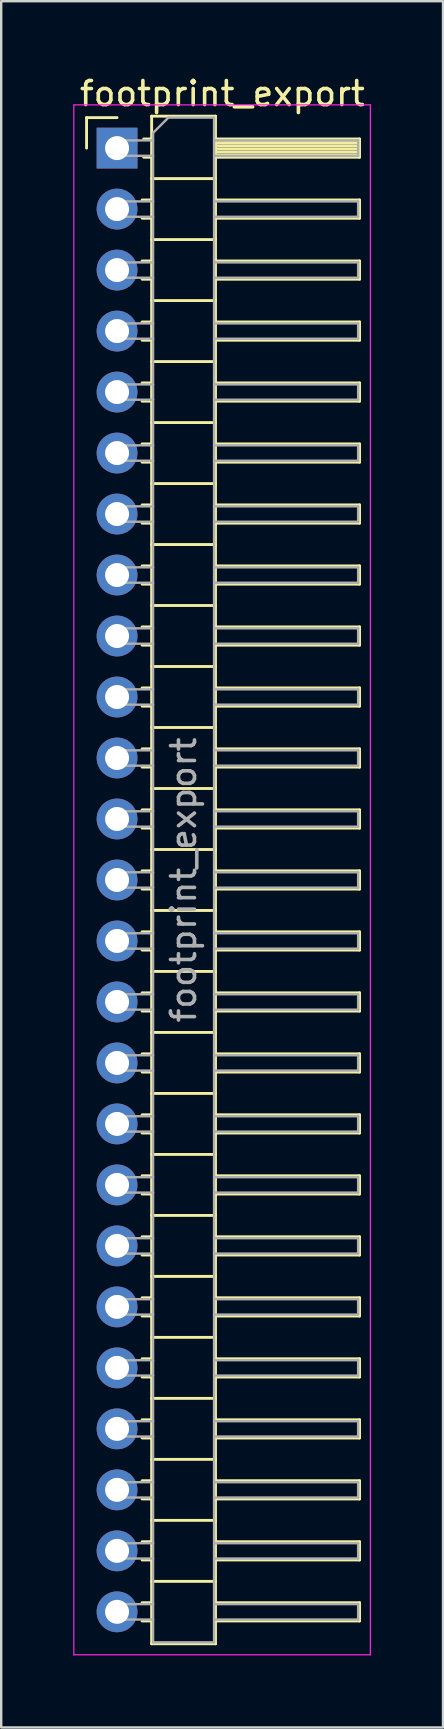
<source format=kicad_pcb>
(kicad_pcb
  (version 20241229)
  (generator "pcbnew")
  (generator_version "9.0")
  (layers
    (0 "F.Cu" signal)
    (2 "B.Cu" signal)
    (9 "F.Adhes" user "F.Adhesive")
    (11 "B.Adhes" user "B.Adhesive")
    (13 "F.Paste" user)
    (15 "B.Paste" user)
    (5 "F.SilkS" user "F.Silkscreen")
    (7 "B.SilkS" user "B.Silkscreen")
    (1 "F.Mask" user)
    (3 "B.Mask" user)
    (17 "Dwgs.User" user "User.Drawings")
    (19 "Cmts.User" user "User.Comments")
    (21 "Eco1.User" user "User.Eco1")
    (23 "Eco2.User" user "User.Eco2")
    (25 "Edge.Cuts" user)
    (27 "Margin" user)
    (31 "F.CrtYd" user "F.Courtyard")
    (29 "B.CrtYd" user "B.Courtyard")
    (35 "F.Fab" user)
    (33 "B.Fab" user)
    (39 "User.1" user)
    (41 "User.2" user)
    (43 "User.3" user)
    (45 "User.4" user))
  (footprint "footprint_export"
    (layer "F.Cu")
    (at 1.825 3.118)
    (property "Reference" "footprint_export" (at 4.385 -2.27 0) (layer "F.SilkS") (effects (font (size 1 1) (thickness 0.15))))
    (attr through_hole)
    (fp_line (start -1.27 -1.27) (end 0 -1.27) (stroke (width 0.12) (type solid)) (layer "F.SilkS"))
    (fp_line (start -1.27 0) (end -1.27 -1.27) (stroke (width 0.12) (type solid)) (layer "F.SilkS"))
    (fp_line (start 1.043 2.16) (end 1.44 2.16) (stroke (width 0.12) (type solid)) (layer "F.SilkS"))
    (fp_line (start 1.043 2.92) (end 1.44 2.92) (stroke (width 0.12) (type solid)) (layer "F.SilkS"))
    (fp_line (start 1.043 4.7) (end 1.44 4.7) (stroke (width 0.12) (type solid)) (layer "F.SilkS"))
    (fp_line (start 1.043 5.46) (end 1.44 5.46) (stroke (width 0.12) (type solid)) (layer "F.SilkS"))
    (fp_line (start 1.043 7.24) (end 1.44 7.24) (stroke (width 0.12) (type solid)) (layer "F.SilkS"))
    (fp_line (start 1.043 8) (end 1.44 8) (stroke (width 0.12) (type solid)) (layer "F.SilkS"))
    (fp_line (start 1.043 9.78) (end 1.44 9.78) (stroke (width 0.12) (type solid)) (layer "F.SilkS"))
    (fp_line (start 1.043 10.54) (end 1.44 10.54) (stroke (width 0.12) (type solid)) (layer "F.SilkS"))
    (fp_line (start 1.043 12.32) (end 1.44 12.32) (stroke (width 0.12) (type solid)) (layer "F.SilkS"))
    (fp_line (start 1.043 13.08) (end 1.44 13.08) (stroke (width 0.12) (type solid)) (layer "F.SilkS"))
    (fp_line (start 1.043 14.86) (end 1.44 14.86) (stroke (width 0.12) (type solid)) (layer "F.SilkS"))
    (fp_line (start 1.043 15.62) (end 1.44 15.62) (stroke (width 0.12) (type solid)) (layer "F.SilkS"))
    (fp_line (start 1.043 17.4) (end 1.44 17.4) (stroke (width 0.12) (type solid)) (layer "F.SilkS"))
    (fp_line (start 1.043 18.16) (end 1.44 18.16) (stroke (width 0.12) (type solid)) (layer "F.SilkS"))
    (fp_line (start 1.043 19.94) (end 1.44 19.94) (stroke (width 0.12) (type solid)) (layer "F.SilkS"))
    (fp_line (start 1.043 20.7) (end 1.44 20.7) (stroke (width 0.12) (type solid)) (layer "F.SilkS"))
    (fp_line (start 1.043 22.48) (end 1.44 22.48) (stroke (width 0.12) (type solid)) (layer "F.SilkS"))
    (fp_line (start 1.043 23.24) (end 1.44 23.24) (stroke (width 0.12) (type solid)) (layer "F.SilkS"))
    (fp_line (start 1.043 25.02) (end 1.44 25.02) (stroke (width 0.12) (type solid)) (layer "F.SilkS"))
    (fp_line (start 1.043 25.78) (end 1.44 25.78) (stroke (width 0.12) (type solid)) (layer "F.SilkS"))
    (fp_line (start 1.043 27.56) (end 1.44 27.56) (stroke (width 0.12) (type solid)) (layer "F.SilkS"))
    (fp_line (start 1.043 28.32) (end 1.44 28.32) (stroke (width 0.12) (type solid)) (layer "F.SilkS"))
    (fp_line (start 1.043 30.1) (end 1.44 30.1) (stroke (width 0.12) (type solid)) (layer "F.SilkS"))
    (fp_line (start 1.043 30.86) (end 1.44 30.86) (stroke (width 0.12) (type solid)) (layer "F.SilkS"))
    (fp_line (start 1.043 32.64) (end 1.44 32.64) (stroke (width 0.12) (type solid)) (layer "F.SilkS"))
    (fp_line (start 1.043 33.4) (end 1.44 33.4) (stroke (width 0.12) (type solid)) (layer "F.SilkS"))
    (fp_line (start 1.043 35.18) (end 1.44 35.18) (stroke (width 0.12) (type solid)) (layer "F.SilkS"))
    (fp_line (start 1.043 35.94) (end 1.44 35.94) (stroke (width 0.12) (type solid)) (layer "F.SilkS"))
    (fp_line (start 1.043 37.72) (end 1.44 37.72) (stroke (width 0.12) (type solid)) (layer "F.SilkS"))
    (fp_line (start 1.043 38.48) (end 1.44 38.48) (stroke (width 0.12) (type solid)) (layer "F.SilkS"))
    (fp_line (start 1.043 40.26) (end 1.44 40.26) (stroke (width 0.12) (type solid)) (layer "F.SilkS"))
    (fp_line (start 1.043 41.02) (end 1.44 41.02) (stroke (width 0.12) (type solid)) (layer "F.SilkS"))
    (fp_line (start 1.043 42.8) (end 1.44 42.8) (stroke (width 0.12) (type solid)) (layer "F.SilkS"))
    (fp_line (start 1.043 43.56) (end 1.44 43.56) (stroke (width 0.12) (type solid)) (layer "F.SilkS"))
    (fp_line (start 1.043 45.34) (end 1.44 45.34) (stroke (width 0.12) (type solid)) (layer "F.SilkS"))
    (fp_line (start 1.043 46.1) (end 1.44 46.1) (stroke (width 0.12) (type solid)) (layer "F.SilkS"))
    (fp_line (start 1.043 47.88) (end 1.44 47.88) (stroke (width 0.12) (type solid)) (layer "F.SilkS"))
    (fp_line (start 1.043 48.64) (end 1.44 48.64) (stroke (width 0.12) (type solid)) (layer "F.SilkS"))
    (fp_line (start 1.043 50.42) (end 1.44 50.42) (stroke (width 0.12) (type solid)) (layer "F.SilkS"))
    (fp_line (start 1.043 51.18) (end 1.44 51.18) (stroke (width 0.12) (type solid)) (layer "F.SilkS"))
    (fp_line (start 1.043 52.96) (end 1.44 52.96) (stroke (width 0.12) (type solid)) (layer "F.SilkS"))
    (fp_line (start 1.043 53.72) (end 1.44 53.72) (stroke (width 0.12) (type solid)) (layer "F.SilkS"))
    (fp_line (start 1.043 55.5) (end 1.44 55.5) (stroke (width 0.12) (type solid)) (layer "F.SilkS"))
    (fp_line (start 1.043 56.26) (end 1.44 56.26) (stroke (width 0.12) (type solid)) (layer "F.SilkS"))
    (fp_line (start 1.043 58.04) (end 1.44 58.04) (stroke (width 0.12) (type solid)) (layer "F.SilkS"))
    (fp_line (start 1.043 58.8) (end 1.44 58.8) (stroke (width 0.12) (type solid)) (layer "F.SilkS"))
    (fp_line (start 1.043 60.58) (end 1.44 60.58) (stroke (width 0.12) (type solid)) (layer "F.SilkS"))
    (fp_line (start 1.043 61.34) (end 1.44 61.34) (stroke (width 0.12) (type solid)) (layer "F.SilkS"))
    (fp_line (start 1.11 -0.38) (end 1.44 -0.38) (stroke (width 0.12) (type solid)) (layer "F.SilkS"))
    (fp_line (start 1.11 0.38) (end 1.44 0.38) (stroke (width 0.12) (type solid)) (layer "F.SilkS"))
    (fp_line (start 1.44 -1.33) (end 1.44 62.29) (stroke (width 0.12) (type solid)) (layer "F.SilkS"))
    (fp_line (start 1.44 1.27) (end 4.1 1.27) (stroke (width 0.12) (type solid)) (layer "F.SilkS"))
    (fp_line (start 1.44 3.81) (end 4.1 3.81) (stroke (width 0.12) (type solid)) (layer "F.SilkS"))
    (fp_line (start 1.44 6.35) (end 4.1 6.35) (stroke (width 0.12) (type solid)) (layer "F.SilkS"))
    (fp_line (start 1.44 8.89) (end 4.1 8.89) (stroke (width 0.12) (type solid)) (layer "F.SilkS"))
    (fp_line (start 1.44 11.43) (end 4.1 11.43) (stroke (width 0.12) (type solid)) (layer "F.SilkS"))
    (fp_line (start 1.44 13.97) (end 4.1 13.97) (stroke (width 0.12) (type solid)) (layer "F.SilkS"))
    (fp_line (start 1.44 16.51) (end 4.1 16.51) (stroke (width 0.12) (type solid)) (layer "F.SilkS"))
    (fp_line (start 1.44 19.05) (end 4.1 19.05) (stroke (width 0.12) (type solid)) (layer "F.SilkS"))
    (fp_line (start 1.44 21.59) (end 4.1 21.59) (stroke (width 0.12) (type solid)) (layer "F.SilkS"))
    (fp_line (start 1.44 24.13) (end 4.1 24.13) (stroke (width 0.12) (type solid)) (layer "F.SilkS"))
    (fp_line (start 1.44 26.67) (end 4.1 26.67) (stroke (width 0.12) (type solid)) (layer "F.SilkS"))
    (fp_line (start 1.44 29.21) (end 4.1 29.21) (stroke (width 0.12) (type solid)) (layer "F.SilkS"))
    (fp_line (start 1.44 31.75) (end 4.1 31.75) (stroke (width 0.12) (type solid)) (layer "F.SilkS"))
    (fp_line (start 1.44 34.29) (end 4.1 34.29) (stroke (width 0.12) (type solid)) (layer "F.SilkS"))
    (fp_line (start 1.44 36.83) (end 4.1 36.83) (stroke (width 0.12) (type solid)) (layer "F.SilkS"))
    (fp_line (start 1.44 39.37) (end 4.1 39.37) (stroke (width 0.12) (type solid)) (layer "F.SilkS"))
    (fp_line (start 1.44 41.91) (end 4.1 41.91) (stroke (width 0.12) (type solid)) (layer "F.SilkS"))
    (fp_line (start 1.44 44.45) (end 4.1 44.45) (stroke (width 0.12) (type solid)) (layer "F.SilkS"))
    (fp_line (start 1.44 46.99) (end 4.1 46.99) (stroke (width 0.12) (type solid)) (layer "F.SilkS"))
    (fp_line (start 1.44 49.53) (end 4.1 49.53) (stroke (width 0.12) (type solid)) (layer "F.SilkS"))
    (fp_line (start 1.44 52.07) (end 4.1 52.07) (stroke (width 0.12) (type solid)) (layer "F.SilkS"))
    (fp_line (start 1.44 54.61) (end 4.1 54.61) (stroke (width 0.12) (type solid)) (layer "F.SilkS"))
    (fp_line (start 1.44 57.15) (end 4.1 57.15) (stroke (width 0.12) (type solid)) (layer "F.SilkS"))
    (fp_line (start 1.44 59.69) (end 4.1 59.69) (stroke (width 0.12) (type solid)) (layer "F.SilkS"))
    (fp_line (start 1.44 62.29) (end 4.1 62.29) (stroke (width 0.12) (type solid)) (layer "F.SilkS"))
    (fp_line (start 4.1 -1.33) (end 1.44 -1.33) (stroke (width 0.12) (type solid)) (layer "F.SilkS"))
    (fp_line (start 4.1 -0.38) (end 10.1 -0.38) (stroke (width 0.12) (type solid)) (layer "F.SilkS"))
    (fp_line (start 4.1 -0.32) (end 10.1 -0.32) (stroke (width 0.12) (type solid)) (layer "F.SilkS"))
    (fp_line (start 4.1 -0.2) (end 10.1 -0.2) (stroke (width 0.12) (type solid)) (layer "F.SilkS"))
    (fp_line (start 4.1 -0.08) (end 10.1 -0.08) (stroke (width 0.12) (type solid)) (layer "F.SilkS"))
    (fp_line (start 4.1 0.04) (end 10.1 0.04) (stroke (width 0.12) (type solid)) (layer "F.SilkS"))
    (fp_line (start 4.1 0.16) (end 10.1 0.16) (stroke (width 0.12) (type solid)) (layer "F.SilkS"))
    (fp_line (start 4.1 0.28) (end 10.1 0.28) (stroke (width 0.12) (type solid)) (layer "F.SilkS"))
    (fp_line (start 4.1 2.16) (end 10.1 2.16) (stroke (width 0.12) (type solid)) (layer "F.SilkS"))
    (fp_line (start 4.1 4.7) (end 10.1 4.7) (stroke (width 0.12) (type solid)) (layer "F.SilkS"))
    (fp_line (start 4.1 7.24) (end 10.1 7.24) (stroke (width 0.12) (type solid)) (layer "F.SilkS"))
    (fp_line (start 4.1 9.78) (end 10.1 9.78) (stroke (width 0.12) (type solid)) (layer "F.SilkS"))
    (fp_line (start 4.1 12.32) (end 10.1 12.32) (stroke (width 0.12) (type solid)) (layer "F.SilkS"))
    (fp_line (start 4.1 14.86) (end 10.1 14.86) (stroke (width 0.12) (type solid)) (layer "F.SilkS"))
    (fp_line (start 4.1 17.4) (end 10.1 17.4) (stroke (width 0.12) (type solid)) (layer "F.SilkS"))
    (fp_line (start 4.1 19.94) (end 10.1 19.94) (stroke (width 0.12) (type solid)) (layer "F.SilkS"))
    (fp_line (start 4.1 22.48) (end 10.1 22.48) (stroke (width 0.12) (type solid)) (layer "F.SilkS"))
    (fp_line (start 4.1 25.02) (end 10.1 25.02) (stroke (width 0.12) (type solid)) (layer "F.SilkS"))
    (fp_line (start 4.1 27.56) (end 10.1 27.56) (stroke (width 0.12) (type solid)) (layer "F.SilkS"))
    (fp_line (start 4.1 30.1) (end 10.1 30.1) (stroke (width 0.12) (type solid)) (layer "F.SilkS"))
    (fp_line (start 4.1 32.64) (end 10.1 32.64) (stroke (width 0.12) (type solid)) (layer "F.SilkS"))
    (fp_line (start 4.1 35.18) (end 10.1 35.18) (stroke (width 0.12) (type solid)) (layer "F.SilkS"))
    (fp_line (start 4.1 37.72) (end 10.1 37.72) (stroke (width 0.12) (type solid)) (layer "F.SilkS"))
    (fp_line (start 4.1 40.26) (end 10.1 40.26) (stroke (width 0.12) (type solid)) (layer "F.SilkS"))
    (fp_line (start 4.1 42.8) (end 10.1 42.8) (stroke (width 0.12) (type solid)) (layer "F.SilkS"))
    (fp_line (start 4.1 45.34) (end 10.1 45.34) (stroke (width 0.12) (type solid)) (layer "F.SilkS"))
    (fp_line (start 4.1 47.88) (end 10.1 47.88) (stroke (width 0.12) (type solid)) (layer "F.SilkS"))
    (fp_line (start 4.1 50.42) (end 10.1 50.42) (stroke (width 0.12) (type solid)) (layer "F.SilkS"))
    (fp_line (start 4.1 52.96) (end 10.1 52.96) (stroke (width 0.12) (type solid)) (layer "F.SilkS"))
    (fp_line (start 4.1 55.5) (end 10.1 55.5) (stroke (width 0.12) (type solid)) (layer "F.SilkS"))
    (fp_line (start 4.1 58.04) (end 10.1 58.04) (stroke (width 0.12) (type solid)) (layer "F.SilkS"))
    (fp_line (start 4.1 60.58) (end 10.1 60.58) (stroke (width 0.12) (type solid)) (layer "F.SilkS"))
    (fp_line (start 4.1 62.29) (end 4.1 -1.33) (stroke (width 0.12) (type solid)) (layer "F.SilkS"))
    (fp_line (start 10.1 -0.38) (end 10.1 0.38) (stroke (width 0.12) (type solid)) (layer "F.SilkS"))
    (fp_line (start 10.1 0.38) (end 4.1 0.38) (stroke (width 0.12) (type solid)) (layer "F.SilkS"))
    (fp_line (start 10.1 2.16) (end 10.1 2.92) (stroke (width 0.12) (type solid)) (layer "F.SilkS"))
    (fp_line (start 10.1 2.92) (end 4.1 2.92) (stroke (width 0.12) (type solid)) (layer "F.SilkS"))
    (fp_line (start 10.1 4.7) (end 10.1 5.46) (stroke (width 0.12) (type solid)) (layer "F.SilkS"))
    (fp_line (start 10.1 5.46) (end 4.1 5.46) (stroke (width 0.12) (type solid)) (layer "F.SilkS"))
    (fp_line (start 10.1 7.24) (end 10.1 8) (stroke (width 0.12) (type solid)) (layer "F.SilkS"))
    (fp_line (start 10.1 8) (end 4.1 8) (stroke (width 0.12) (type solid)) (layer "F.SilkS"))
    (fp_line (start 10.1 9.78) (end 10.1 10.54) (stroke (width 0.12) (type solid)) (layer "F.SilkS"))
    (fp_line (start 10.1 10.54) (end 4.1 10.54) (stroke (width 0.12) (type solid)) (layer "F.SilkS"))
    (fp_line (start 10.1 12.32) (end 10.1 13.08) (stroke (width 0.12) (type solid)) (layer "F.SilkS"))
    (fp_line (start 10.1 13.08) (end 4.1 13.08) (stroke (width 0.12) (type solid)) (layer "F.SilkS"))
    (fp_line (start 10.1 14.86) (end 10.1 15.62) (stroke (width 0.12) (type solid)) (layer "F.SilkS"))
    (fp_line (start 10.1 15.62) (end 4.1 15.62) (stroke (width 0.12) (type solid)) (layer "F.SilkS"))
    (fp_line (start 10.1 17.4) (end 10.1 18.16) (stroke (width 0.12) (type solid)) (layer "F.SilkS"))
    (fp_line (start 10.1 18.16) (end 4.1 18.16) (stroke (width 0.12) (type solid)) (layer "F.SilkS"))
    (fp_line (start 10.1 19.94) (end 10.1 20.7) (stroke (width 0.12) (type solid)) (layer "F.SilkS"))
    (fp_line (start 10.1 20.7) (end 4.1 20.7) (stroke (width 0.12) (type solid)) (layer "F.SilkS"))
    (fp_line (start 10.1 22.48) (end 10.1 23.24) (stroke (width 0.12) (type solid)) (layer "F.SilkS"))
    (fp_line (start 10.1 23.24) (end 4.1 23.24) (stroke (width 0.12) (type solid)) (layer "F.SilkS"))
    (fp_line (start 10.1 25.02) (end 10.1 25.78) (stroke (width 0.12) (type solid)) (layer "F.SilkS"))
    (fp_line (start 10.1 25.78) (end 4.1 25.78) (stroke (width 0.12) (type solid)) (layer "F.SilkS"))
    (fp_line (start 10.1 27.56) (end 10.1 28.32) (stroke (width 0.12) (type solid)) (layer "F.SilkS"))
    (fp_line (start 10.1 28.32) (end 4.1 28.32) (stroke (width 0.12) (type solid)) (layer "F.SilkS"))
    (fp_line (start 10.1 30.1) (end 10.1 30.86) (stroke (width 0.12) (type solid)) (layer "F.SilkS"))
    (fp_line (start 10.1 30.86) (end 4.1 30.86) (stroke (width 0.12) (type solid)) (layer "F.SilkS"))
    (fp_line (start 10.1 32.64) (end 10.1 33.4) (stroke (width 0.12) (type solid)) (layer "F.SilkS"))
    (fp_line (start 10.1 33.4) (end 4.1 33.4) (stroke (width 0.12) (type solid)) (layer "F.SilkS"))
    (fp_line (start 10.1 35.18) (end 10.1 35.94) (stroke (width 0.12) (type solid)) (layer "F.SilkS"))
    (fp_line (start 10.1 35.94) (end 4.1 35.94) (stroke (width 0.12) (type solid)) (layer "F.SilkS"))
    (fp_line (start 10.1 37.72) (end 10.1 38.48) (stroke (width 0.12) (type solid)) (layer "F.SilkS"))
    (fp_line (start 10.1 38.48) (end 4.1 38.48) (stroke (width 0.12) (type solid)) (layer "F.SilkS"))
    (fp_line (start 10.1 40.26) (end 10.1 41.02) (stroke (width 0.12) (type solid)) (layer "F.SilkS"))
    (fp_line (start 10.1 41.02) (end 4.1 41.02) (stroke (width 0.12) (type solid)) (layer "F.SilkS"))
    (fp_line (start 10.1 42.8) (end 10.1 43.56) (stroke (width 0.12) (type solid)) (layer "F.SilkS"))
    (fp_line (start 10.1 43.56) (end 4.1 43.56) (stroke (width 0.12) (type solid)) (layer "F.SilkS"))
    (fp_line (start 10.1 45.34) (end 10.1 46.1) (stroke (width 0.12) (type solid)) (layer "F.SilkS"))
    (fp_line (start 10.1 46.1) (end 4.1 46.1) (stroke (width 0.12) (type solid)) (layer "F.SilkS"))
    (fp_line (start 10.1 47.88) (end 10.1 48.64) (stroke (width 0.12) (type solid)) (layer "F.SilkS"))
    (fp_line (start 10.1 48.64) (end 4.1 48.64) (stroke (width 0.12) (type solid)) (layer "F.SilkS"))
    (fp_line (start 10.1 50.42) (end 10.1 51.18) (stroke (width 0.12) (type solid)) (layer "F.SilkS"))
    (fp_line (start 10.1 51.18) (end 4.1 51.18) (stroke (width 0.12) (type solid)) (layer "F.SilkS"))
    (fp_line (start 10.1 52.96) (end 10.1 53.72) (stroke (width 0.12) (type solid)) (layer "F.SilkS"))
    (fp_line (start 10.1 53.72) (end 4.1 53.72) (stroke (width 0.12) (type solid)) (layer "F.SilkS"))
    (fp_line (start 10.1 55.5) (end 10.1 56.26) (stroke (width 0.12) (type solid)) (layer "F.SilkS"))
    (fp_line (start 10.1 56.26) (end 4.1 56.26) (stroke (width 0.12) (type solid)) (layer "F.SilkS"))
    (fp_line (start 10.1 58.04) (end 10.1 58.8) (stroke (width 0.12) (type solid)) (layer "F.SilkS"))
    (fp_line (start 10.1 58.8) (end 4.1 58.8) (stroke (width 0.12) (type solid)) (layer "F.SilkS"))
    (fp_line (start 10.1 60.58) (end 10.1 61.34) (stroke (width 0.12) (type solid)) (layer "F.SilkS"))
    (fp_line (start 10.1 61.34) (end 4.1 61.34) (stroke (width 0.12) (type solid)) (layer "F.SilkS"))
    (fp_line (start -1.8 -1.8) (end -1.8 62.75) (stroke (width 0.05) (type solid)) (layer "F.CrtYd"))
    (fp_line (start -1.8 62.75) (end 10.55 62.75) (stroke (width 0.05) (type solid)) (layer "F.CrtYd"))
    (fp_line (start 10.55 -1.8) (end -1.8 -1.8) (stroke (width 0.05) (type solid)) (layer "F.CrtYd"))
    (fp_line (start 10.55 62.75) (end 10.55 -1.8) (stroke (width 0.05) (type solid)) (layer "F.CrtYd"))
    (fp_line (start -0.32 -0.32) (end -0.32 0.32) (stroke (width 0.1) (type solid)) (layer "F.Fab"))
    (fp_line (start -0.32 -0.32) (end 1.5 -0.32) (stroke (width 0.1) (type solid)) (layer "F.Fab"))
    (fp_line (start -0.32 0.32) (end 1.5 0.32) (stroke (width 0.1) (type solid)) (layer "F.Fab"))
    (fp_line (start -0.32 2.22) (end -0.32 2.86) (stroke (width 0.1) (type solid)) (layer "F.Fab"))
    (fp_line (start -0.32 2.22) (end 1.5 2.22) (stroke (width 0.1) (type solid)) (layer "F.Fab"))
    (fp_line (start -0.32 2.86) (end 1.5 2.86) (stroke (width 0.1) (type solid)) (layer "F.Fab"))
    (fp_line (start -0.32 4.76) (end -0.32 5.4) (stroke (width 0.1) (type solid)) (layer "F.Fab"))
    (fp_line (start -0.32 4.76) (end 1.5 4.76) (stroke (width 0.1) (type solid)) (layer "F.Fab"))
    (fp_line (start -0.32 5.4) (end 1.5 5.4) (stroke (width 0.1) (type solid)) (layer "F.Fab"))
    (fp_line (start -0.32 7.3) (end -0.32 7.94) (stroke (width 0.1) (type solid)) (layer "F.Fab"))
    (fp_line (start -0.32 7.3) (end 1.5 7.3) (stroke (width 0.1) (type solid)) (layer "F.Fab"))
    (fp_line (start -0.32 7.94) (end 1.5 7.94) (stroke (width 0.1) (type solid)) (layer "F.Fab"))
    (fp_line (start -0.32 9.84) (end -0.32 10.48) (stroke (width 0.1) (type solid)) (layer "F.Fab"))
    (fp_line (start -0.32 9.84) (end 1.5 9.84) (stroke (width 0.1) (type solid)) (layer "F.Fab"))
    (fp_line (start -0.32 10.48) (end 1.5 10.48) (stroke (width 0.1) (type solid)) (layer "F.Fab"))
    (fp_line (start -0.32 12.38) (end -0.32 13.02) (stroke (width 0.1) (type solid)) (layer "F.Fab"))
    (fp_line (start -0.32 12.38) (end 1.5 12.38) (stroke (width 0.1) (type solid)) (layer "F.Fab"))
    (fp_line (start -0.32 13.02) (end 1.5 13.02) (stroke (width 0.1) (type solid)) (layer "F.Fab"))
    (fp_line (start -0.32 14.92) (end -0.32 15.56) (stroke (width 0.1) (type solid)) (layer "F.Fab"))
    (fp_line (start -0.32 14.92) (end 1.5 14.92) (stroke (width 0.1) (type solid)) (layer "F.Fab"))
    (fp_line (start -0.32 15.56) (end 1.5 15.56) (stroke (width 0.1) (type solid)) (layer "F.Fab"))
    (fp_line (start -0.32 17.46) (end -0.32 18.1) (stroke (width 0.1) (type solid)) (layer "F.Fab"))
    (fp_line (start -0.32 17.46) (end 1.5 17.46) (stroke (width 0.1) (type solid)) (layer "F.Fab"))
    (fp_line (start -0.32 18.1) (end 1.5 18.1) (stroke (width 0.1) (type solid)) (layer "F.Fab"))
    (fp_line (start -0.32 20) (end -0.32 20.64) (stroke (width 0.1) (type solid)) (layer "F.Fab"))
    (fp_line (start -0.32 20) (end 1.5 20) (stroke (width 0.1) (type solid)) (layer "F.Fab"))
    (fp_line (start -0.32 20.64) (end 1.5 20.64) (stroke (width 0.1) (type solid)) (layer "F.Fab"))
    (fp_line (start -0.32 22.54) (end -0.32 23.18) (stroke (width 0.1) (type solid)) (layer "F.Fab"))
    (fp_line (start -0.32 22.54) (end 1.5 22.54) (stroke (width 0.1) (type solid)) (layer "F.Fab"))
    (fp_line (start -0.32 23.18) (end 1.5 23.18) (stroke (width 0.1) (type solid)) (layer "F.Fab"))
    (fp_line (start -0.32 25.08) (end -0.32 25.72) (stroke (width 0.1) (type solid)) (layer "F.Fab"))
    (fp_line (start -0.32 25.08) (end 1.5 25.08) (stroke (width 0.1) (type solid)) (layer "F.Fab"))
    (fp_line (start -0.32 25.72) (end 1.5 25.72) (stroke (width 0.1) (type solid)) (layer "F.Fab"))
    (fp_line (start -0.32 27.62) (end -0.32 28.26) (stroke (width 0.1) (type solid)) (layer "F.Fab"))
    (fp_line (start -0.32 27.62) (end 1.5 27.62) (stroke (width 0.1) (type solid)) (layer "F.Fab"))
    (fp_line (start -0.32 28.26) (end 1.5 28.26) (stroke (width 0.1) (type solid)) (layer "F.Fab"))
    (fp_line (start -0.32 30.16) (end -0.32 30.8) (stroke (width 0.1) (type solid)) (layer "F.Fab"))
    (fp_line (start -0.32 30.16) (end 1.5 30.16) (stroke (width 0.1) (type solid)) (layer "F.Fab"))
    (fp_line (start -0.32 30.8) (end 1.5 30.8) (stroke (width 0.1) (type solid)) (layer "F.Fab"))
    (fp_line (start -0.32 32.7) (end -0.32 33.34) (stroke (width 0.1) (type solid)) (layer "F.Fab"))
    (fp_line (start -0.32 32.7) (end 1.5 32.7) (stroke (width 0.1) (type solid)) (layer "F.Fab"))
    (fp_line (start -0.32 33.34) (end 1.5 33.34) (stroke (width 0.1) (type solid)) (layer "F.Fab"))
    (fp_line (start -0.32 35.24) (end -0.32 35.88) (stroke (width 0.1) (type solid)) (layer "F.Fab"))
    (fp_line (start -0.32 35.24) (end 1.5 35.24) (stroke (width 0.1) (type solid)) (layer "F.Fab"))
    (fp_line (start -0.32 35.88) (end 1.5 35.88) (stroke (width 0.1) (type solid)) (layer "F.Fab"))
    (fp_line (start -0.32 37.78) (end -0.32 38.42) (stroke (width 0.1) (type solid)) (layer "F.Fab"))
    (fp_line (start -0.32 37.78) (end 1.5 37.78) (stroke (width 0.1) (type solid)) (layer "F.Fab"))
    (fp_line (start -0.32 38.42) (end 1.5 38.42) (stroke (width 0.1) (type solid)) (layer "F.Fab"))
    (fp_line (start -0.32 40.32) (end -0.32 40.96) (stroke (width 0.1) (type solid)) (layer "F.Fab"))
    (fp_line (start -0.32 40.32) (end 1.5 40.32) (stroke (width 0.1) (type solid)) (layer "F.Fab"))
    (fp_line (start -0.32 40.96) (end 1.5 40.96) (stroke (width 0.1) (type solid)) (layer "F.Fab"))
    (fp_line (start -0.32 42.86) (end -0.32 43.5) (stroke (width 0.1) (type solid)) (layer "F.Fab"))
    (fp_line (start -0.32 42.86) (end 1.5 42.86) (stroke (width 0.1) (type solid)) (layer "F.Fab"))
    (fp_line (start -0.32 43.5) (end 1.5 43.5) (stroke (width 0.1) (type solid)) (layer "F.Fab"))
    (fp_line (start -0.32 45.4) (end -0.32 46.04) (stroke (width 0.1) (type solid)) (layer "F.Fab"))
    (fp_line (start -0.32 45.4) (end 1.5 45.4) (stroke (width 0.1) (type solid)) (layer "F.Fab"))
    (fp_line (start -0.32 46.04) (end 1.5 46.04) (stroke (width 0.1) (type solid)) (layer "F.Fab"))
    (fp_line (start -0.32 47.94) (end -0.32 48.58) (stroke (width 0.1) (type solid)) (layer "F.Fab"))
    (fp_line (start -0.32 47.94) (end 1.5 47.94) (stroke (width 0.1) (type solid)) (layer "F.Fab"))
    (fp_line (start -0.32 48.58) (end 1.5 48.58) (stroke (width 0.1) (type solid)) (layer "F.Fab"))
    (fp_line (start -0.32 50.48) (end -0.32 51.12) (stroke (width 0.1) (type solid)) (layer "F.Fab"))
    (fp_line (start -0.32 50.48) (end 1.5 50.48) (stroke (width 0.1) (type solid)) (layer "F.Fab"))
    (fp_line (start -0.32 51.12) (end 1.5 51.12) (stroke (width 0.1) (type solid)) (layer "F.Fab"))
    (fp_line (start -0.32 53.02) (end -0.32 53.66) (stroke (width 0.1) (type solid)) (layer "F.Fab"))
    (fp_line (start -0.32 53.02) (end 1.5 53.02) (stroke (width 0.1) (type solid)) (layer "F.Fab"))
    (fp_line (start -0.32 53.66) (end 1.5 53.66) (stroke (width 0.1) (type solid)) (layer "F.Fab"))
    (fp_line (start -0.32 55.56) (end -0.32 56.2) (stroke (width 0.1) (type solid)) (layer "F.Fab"))
    (fp_line (start -0.32 55.56) (end 1.5 55.56) (stroke (width 0.1) (type solid)) (layer "F.Fab"))
    (fp_line (start -0.32 56.2) (end 1.5 56.2) (stroke (width 0.1) (type solid)) (layer "F.Fab"))
    (fp_line (start -0.32 58.1) (end -0.32 58.74) (stroke (width 0.1) (type solid)) (layer "F.Fab"))
    (fp_line (start -0.32 58.1) (end 1.5 58.1) (stroke (width 0.1) (type solid)) (layer "F.Fab"))
    (fp_line (start -0.32 58.74) (end 1.5 58.74) (stroke (width 0.1) (type solid)) (layer "F.Fab"))
    (fp_line (start -0.32 60.64) (end -0.32 61.28) (stroke (width 0.1) (type solid)) (layer "F.Fab"))
    (fp_line (start -0.32 60.64) (end 1.5 60.64) (stroke (width 0.1) (type solid)) (layer "F.Fab"))
    (fp_line (start -0.32 61.28) (end 1.5 61.28) (stroke (width 0.1) (type solid)) (layer "F.Fab"))
    (fp_line (start 1.5 -0.635) (end 2.135 -1.27) (stroke (width 0.1) (type solid)) (layer "F.Fab"))
    (fp_line (start 1.5 62.23) (end 1.5 -0.635) (stroke (width 0.1) (type solid)) (layer "F.Fab"))
    (fp_line (start 2.135 -1.27) (end 4.04 -1.27) (stroke (width 0.1) (type solid)) (layer "F.Fab"))
    (fp_line (start 4.04 -1.27) (end 4.04 62.23) (stroke (width 0.1) (type solid)) (layer "F.Fab"))
    (fp_line (start 4.04 -0.32) (end 10.04 -0.32) (stroke (width 0.1) (type solid)) (layer "F.Fab"))
    (fp_line (start 4.04 0.32) (end 10.04 0.32) (stroke (width 0.1) (type solid)) (layer "F.Fab"))
    (fp_line (start 4.04 2.22) (end 10.04 2.22) (stroke (width 0.1) (type solid)) (layer "F.Fab"))
    (fp_line (start 4.04 2.86) (end 10.04 2.86) (stroke (width 0.1) (type solid)) (layer "F.Fab"))
    (fp_line (start 4.04 4.76) (end 10.04 4.76) (stroke (width 0.1) (type solid)) (layer "F.Fab"))
    (fp_line (start 4.04 5.4) (end 10.04 5.4) (stroke (width 0.1) (type solid)) (layer "F.Fab"))
    (fp_line (start 4.04 7.3) (end 10.04 7.3) (stroke (width 0.1) (type solid)) (layer "F.Fab"))
    (fp_line (start 4.04 7.94) (end 10.04 7.94) (stroke (width 0.1) (type solid)) (layer "F.Fab"))
    (fp_line (start 4.04 9.84) (end 10.04 9.84) (stroke (width 0.1) (type solid)) (layer "F.Fab"))
    (fp_line (start 4.04 10.48) (end 10.04 10.48) (stroke (width 0.1) (type solid)) (layer "F.Fab"))
    (fp_line (start 4.04 12.38) (end 10.04 12.38) (stroke (width 0.1) (type solid)) (layer "F.Fab"))
    (fp_line (start 4.04 13.02) (end 10.04 13.02) (stroke (width 0.1) (type solid)) (layer "F.Fab"))
    (fp_line (start 4.04 14.92) (end 10.04 14.92) (stroke (width 0.1) (type solid)) (layer "F.Fab"))
    (fp_line (start 4.04 15.56) (end 10.04 15.56) (stroke (width 0.1) (type solid)) (layer "F.Fab"))
    (fp_line (start 4.04 17.46) (end 10.04 17.46) (stroke (width 0.1) (type solid)) (layer "F.Fab"))
    (fp_line (start 4.04 18.1) (end 10.04 18.1) (stroke (width 0.1) (type solid)) (layer "F.Fab"))
    (fp_line (start 4.04 20) (end 10.04 20) (stroke (width 0.1) (type solid)) (layer "F.Fab"))
    (fp_line (start 4.04 20.64) (end 10.04 20.64) (stroke (width 0.1) (type solid)) (layer "F.Fab"))
    (fp_line (start 4.04 22.54) (end 10.04 22.54) (stroke (width 0.1) (type solid)) (layer "F.Fab"))
    (fp_line (start 4.04 23.18) (end 10.04 23.18) (stroke (width 0.1) (type solid)) (layer "F.Fab"))
    (fp_line (start 4.04 25.08) (end 10.04 25.08) (stroke (width 0.1) (type solid)) (layer "F.Fab"))
    (fp_line (start 4.04 25.72) (end 10.04 25.72) (stroke (width 0.1) (type solid)) (layer "F.Fab"))
    (fp_line (start 4.04 27.62) (end 10.04 27.62) (stroke (width 0.1) (type solid)) (layer "F.Fab"))
    (fp_line (start 4.04 28.26) (end 10.04 28.26) (stroke (width 0.1) (type solid)) (layer "F.Fab"))
    (fp_line (start 4.04 30.16) (end 10.04 30.16) (stroke (width 0.1) (type solid)) (layer "F.Fab"))
    (fp_line (start 4.04 30.8) (end 10.04 30.8) (stroke (width 0.1) (type solid)) (layer "F.Fab"))
    (fp_line (start 4.04 32.7) (end 10.04 32.7) (stroke (width 0.1) (type solid)) (layer "F.Fab"))
    (fp_line (start 4.04 33.34) (end 10.04 33.34) (stroke (width 0.1) (type solid)) (layer "F.Fab"))
    (fp_line (start 4.04 35.24) (end 10.04 35.24) (stroke (width 0.1) (type solid)) (layer "F.Fab"))
    (fp_line (start 4.04 35.88) (end 10.04 35.88) (stroke (width 0.1) (type solid)) (layer "F.Fab"))
    (fp_line (start 4.04 37.78) (end 10.04 37.78) (stroke (width 0.1) (type solid)) (layer "F.Fab"))
    (fp_line (start 4.04 38.42) (end 10.04 38.42) (stroke (width 0.1) (type solid)) (layer "F.Fab"))
    (fp_line (start 4.04 40.32) (end 10.04 40.32) (stroke (width 0.1) (type solid)) (layer "F.Fab"))
    (fp_line (start 4.04 40.96) (end 10.04 40.96) (stroke (width 0.1) (type solid)) (layer "F.Fab"))
    (fp_line (start 4.04 42.86) (end 10.04 42.86) (stroke (width 0.1) (type solid)) (layer "F.Fab"))
    (fp_line (start 4.04 43.5) (end 10.04 43.5) (stroke (width 0.1) (type solid)) (layer "F.Fab"))
    (fp_line (start 4.04 45.4) (end 10.04 45.4) (stroke (width 0.1) (type solid)) (layer "F.Fab"))
    (fp_line (start 4.04 46.04) (end 10.04 46.04) (stroke (width 0.1) (type solid)) (layer "F.Fab"))
    (fp_line (start 4.04 47.94) (end 10.04 47.94) (stroke (width 0.1) (type solid)) (layer "F.Fab"))
    (fp_line (start 4.04 48.58) (end 10.04 48.58) (stroke (width 0.1) (type solid)) (layer "F.Fab"))
    (fp_line (start 4.04 50.48) (end 10.04 50.48) (stroke (width 0.1) (type solid)) (layer "F.Fab"))
    (fp_line (start 4.04 51.12) (end 10.04 51.12) (stroke (width 0.1) (type solid)) (layer "F.Fab"))
    (fp_line (start 4.04 53.02) (end 10.04 53.02) (stroke (width 0.1) (type solid)) (layer "F.Fab"))
    (fp_line (start 4.04 53.66) (end 10.04 53.66) (stroke (width 0.1) (type solid)) (layer "F.Fab"))
    (fp_line (start 4.04 55.56) (end 10.04 55.56) (stroke (width 0.1) (type solid)) (layer "F.Fab"))
    (fp_line (start 4.04 56.2) (end 10.04 56.2) (stroke (width 0.1) (type solid)) (layer "F.Fab"))
    (fp_line (start 4.04 58.1) (end 10.04 58.1) (stroke (width 0.1) (type solid)) (layer "F.Fab"))
    (fp_line (start 4.04 58.74) (end 10.04 58.74) (stroke (width 0.1) (type solid)) (layer "F.Fab"))
    (fp_line (start 4.04 60.64) (end 10.04 60.64) (stroke (width 0.1) (type solid)) (layer "F.Fab"))
    (fp_line (start 4.04 61.28) (end 10.04 61.28) (stroke (width 0.1) (type solid)) (layer "F.Fab"))
    (fp_line (start 4.04 62.23) (end 1.5 62.23) (stroke (width 0.1) (type solid)) (layer "F.Fab"))
    (fp_line (start 10.04 -0.32) (end 10.04 0.32) (stroke (width 0.1) (type solid)) (layer "F.Fab"))
    (fp_line (start 10.04 2.22) (end 10.04 2.86) (stroke (width 0.1) (type solid)) (layer "F.Fab"))
    (fp_line (start 10.04 4.76) (end 10.04 5.4) (stroke (width 0.1) (type solid)) (layer "F.Fab"))
    (fp_line (start 10.04 7.3) (end 10.04 7.94) (stroke (width 0.1) (type solid)) (layer "F.Fab"))
    (fp_line (start 10.04 9.84) (end 10.04 10.48) (stroke (width 0.1) (type solid)) (layer "F.Fab"))
    (fp_line (start 10.04 12.38) (end 10.04 13.02) (stroke (width 0.1) (type solid)) (layer "F.Fab"))
    (fp_line (start 10.04 14.92) (end 10.04 15.56) (stroke (width 0.1) (type solid)) (layer "F.Fab"))
    (fp_line (start 10.04 17.46) (end 10.04 18.1) (stroke (width 0.1) (type solid)) (layer "F.Fab"))
    (fp_line (start 10.04 20) (end 10.04 20.64) (stroke (width 0.1) (type solid)) (layer "F.Fab"))
    (fp_line (start 10.04 22.54) (end 10.04 23.18) (stroke (width 0.1) (type solid)) (layer "F.Fab"))
    (fp_line (start 10.04 25.08) (end 10.04 25.72) (stroke (width 0.1) (type solid)) (layer "F.Fab"))
    (fp_line (start 10.04 27.62) (end 10.04 28.26) (stroke (width 0.1) (type solid)) (layer "F.Fab"))
    (fp_line (start 10.04 30.16) (end 10.04 30.8) (stroke (width 0.1) (type solid)) (layer "F.Fab"))
    (fp_line (start 10.04 32.7) (end 10.04 33.34) (stroke (width 0.1) (type solid)) (layer "F.Fab"))
    (fp_line (start 10.04 35.24) (end 10.04 35.88) (stroke (width 0.1) (type solid)) (layer "F.Fab"))
    (fp_line (start 10.04 37.78) (end 10.04 38.42) (stroke (width 0.1) (type solid)) (layer "F.Fab"))
    (fp_line (start 10.04 40.32) (end 10.04 40.96) (stroke (width 0.1) (type solid)) (layer "F.Fab"))
    (fp_line (start 10.04 42.86) (end 10.04 43.5) (stroke (width 0.1) (type solid)) (layer "F.Fab"))
    (fp_line (start 10.04 45.4) (end 10.04 46.04) (stroke (width 0.1) (type solid)) (layer "F.Fab"))
    (fp_line (start 10.04 47.94) (end 10.04 48.58) (stroke (width 0.1) (type solid)) (layer "F.Fab"))
    (fp_line (start 10.04 50.48) (end 10.04 51.12) (stroke (width 0.1) (type solid)) (layer "F.Fab"))
    (fp_line (start 10.04 53.02) (end 10.04 53.66) (stroke (width 0.1) (type solid)) (layer "F.Fab"))
    (fp_line (start 10.04 55.56) (end 10.04 56.2) (stroke (width 0.1) (type solid)) (layer "F.Fab"))
    (fp_line (start 10.04 58.1) (end 10.04 58.74) (stroke (width 0.1) (type solid)) (layer "F.Fab"))
    (fp_line (start 10.04 60.64) (end 10.04 61.28) (stroke (width 0.1) (type solid)) (layer "F.Fab"))
    (fp_text user "${REFERENCE}" (at 2.77 30.48 90) (layer "F.Fab") (effects (font (size 1 1) (thickness 0.15))))
    (pad "1" thru_hole rect (at 0 0) (size 1.7 1.7) (drill 1) (layers "*.Cu" "*.Mask"))
    (pad "2" thru_hole oval (at 0 2.54) (size 1.7 1.7) (drill 1) (layers "*.Cu" "*.Mask"))
    (pad "3" thru_hole oval (at 0 5.08) (size 1.7 1.7) (drill 1) (layers "*.Cu" "*.Mask"))
    (pad "4" thru_hole oval (at 0 7.62) (size 1.7 1.7) (drill 1) (layers "*.Cu" "*.Mask"))
    (pad "5" thru_hole oval (at 0 10.16) (size 1.7 1.7) (drill 1) (layers "*.Cu" "*.Mask"))
    (pad "6" thru_hole oval (at 0 12.7) (size 1.7 1.7) (drill 1) (layers "*.Cu" "*.Mask"))
    (pad "7" thru_hole oval (at 0 15.24) (size 1.7 1.7) (drill 1) (layers "*.Cu" "*.Mask"))
    (pad "8" thru_hole oval (at 0 17.78) (size 1.7 1.7) (drill 1) (layers "*.Cu" "*.Mask"))
    (pad "9" thru_hole oval (at 0 20.32) (size 1.7 1.7) (drill 1) (layers "*.Cu" "*.Mask"))
    (pad "10" thru_hole oval (at 0 22.86) (size 1.7 1.7) (drill 1) (layers "*.Cu" "*.Mask"))
    (pad "11" thru_hole oval (at 0 25.4) (size 1.7 1.7) (drill 1) (layers "*.Cu" "*.Mask"))
    (pad "12" thru_hole oval (at 0 27.94) (size 1.7 1.7) (drill 1) (layers "*.Cu" "*.Mask"))
    (pad "13" thru_hole oval (at 0 30.48) (size 1.7 1.7) (drill 1) (layers "*.Cu" "*.Mask"))
    (pad "14" thru_hole oval (at 0 33.02) (size 1.7 1.7) (drill 1) (layers "*.Cu" "*.Mask"))
    (pad "15" thru_hole oval (at 0 35.56) (size 1.7 1.7) (drill 1) (layers "*.Cu" "*.Mask"))
    (pad "16" thru_hole oval (at 0 38.1) (size 1.7 1.7) (drill 1) (layers "*.Cu" "*.Mask"))
    (pad "17" thru_hole oval (at 0 40.64) (size 1.7 1.7) (drill 1) (layers "*.Cu" "*.Mask"))
    (pad "18" thru_hole oval (at 0 43.18) (size 1.7 1.7) (drill 1) (layers "*.Cu" "*.Mask"))
    (pad "19" thru_hole oval (at 0 45.72) (size 1.7 1.7) (drill 1) (layers "*.Cu" "*.Mask"))
    (pad "20" thru_hole oval (at 0 48.26) (size 1.7 1.7) (drill 1) (layers "*.Cu" "*.Mask"))
    (pad "21" thru_hole oval (at 0 50.8) (size 1.7 1.7) (drill 1) (layers "*.Cu" "*.Mask"))
    (pad "22" thru_hole oval (at 0 53.34) (size 1.7 1.7) (drill 1) (layers "*.Cu" "*.Mask"))
    (pad "23" thru_hole oval (at 0 55.88) (size 1.7 1.7) (drill 1) (layers "*.Cu" "*.Mask"))
    (pad "24" thru_hole oval (at 0 58.42) (size 1.7 1.7) (drill 1) (layers "*.Cu" "*.Mask"))
    (pad "25" thru_hole oval (at 0 60.96) (size 1.7 1.7) (drill 1) (layers "*.Cu" "*.Mask")))
  (gr_rect
    (start -3 -3)
    (end 15.4 68.893)
    (stroke (width 0.1) (type default))
    (fill no)
    (layer "Edge.Cuts")))
</source>
